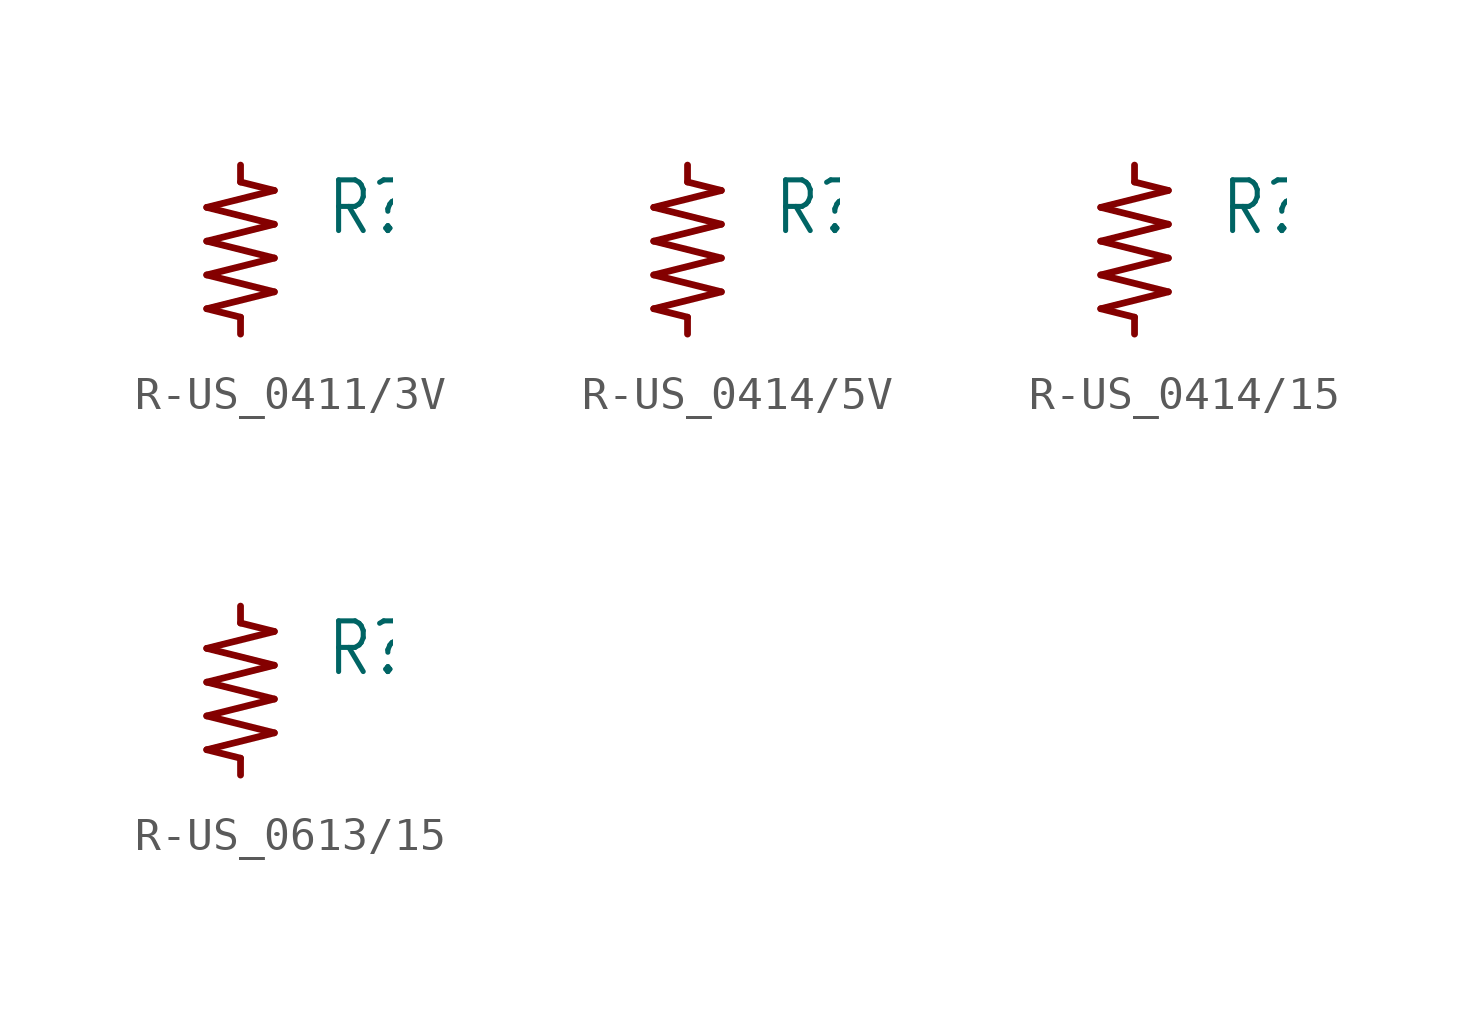
<source format=kicad_sym>
(kicad_symbol_lib
  (version 20220914)
  (generator kicad_symbol_editor)
  (symbol "R-US_0411/3V"
    (property "Reference" "R"
      (at 2.54 1.27 0)
      (effects (font (size 1.524 1.295)) (justify left)))
    (property "Value" ""
      (at 2.54 -1.27 0)
      (effects (font (size 1.524 1.295)) (justify left)))
    (property "ki_locked" ""
      (at 0 0 0)
      (effects (font (size 1.27 1.27))))
    (symbol "R-US_0411/3V_1_0"
      (polyline (pts (xy -1.016 -1.778) (xy 0 -2.032)) (stroke (width 0.203) (type solid)) (fill (type none)))
      (polyline (pts (xy -1.016 -0.762) (xy 1.016 -0.254)) (stroke (width 0.203) (type solid)) (fill (type none)))
      (polyline (pts (xy -1.016 0.254) (xy 1.016 0.762)) (stroke (width 0.203) (type solid)) (fill (type none)))
      (polyline (pts (xy -1.016 1.27) (xy 1.016 1.778)) (stroke (width 0.203) (type solid)) (fill (type none)))
      (polyline (pts (xy 0 -2.032) (xy 0 -2.54)) (stroke (width 0.203) (type solid)) (fill (type none)))
      (polyline (pts (xy 0 2.032) (xy 0 2.54)) (stroke (width 0.203) (type solid)) (fill (type none)))
      (polyline (pts (xy 1.016 -1.27) (xy -1.016 -1.778)) (stroke (width 0.203) (type solid)) (fill (type none)))
      (polyline (pts (xy 1.016 -1.27) (xy -1.016 -0.762)) (stroke (width 0.203) (type solid)) (fill (type none)))
      (polyline (pts (xy 1.016 -0.254) (xy -1.016 0.254)) (stroke (width 0.203) (type solid)) (fill (type none)))
      (polyline (pts (xy 1.016 0.762) (xy -1.016 1.27)) (stroke (width 0.203) (type solid)) (fill (type none)))
      (polyline (pts (xy 1.016 1.778) (xy 0 2.032)) (stroke (width 0.203) (type solid)) (fill (type none)))
      (pin passive line (at 0 -2.54 90) (length 0) (name "1" (effects (font (size 0 0)))) (number "1" (effects (font (size 0 0)))))
      (pin passive line (at 0 2.54 270) (length 0) (name "2" (effects (font (size 0 0)))) (number "2" (effects (font (size 0 0)))))))
  (symbol "R-US_0414/5V"
    (property "Reference" "R"
      (at 2.54 1.27 0)
      (effects (font (size 1.524 1.295)) (justify left)))
    (property "Value" ""
      (at 2.54 -1.27 0)
      (effects (font (size 1.524 1.295)) (justify left)))
    (property "ki_locked" ""
      (at 0 0 0)
      (effects (font (size 1.27 1.27))))
    (symbol "R-US_0414/5V_1_0"
      (polyline (pts (xy -1.016 -1.778) (xy 0 -2.032)) (stroke (width 0.203) (type solid)) (fill (type none)))
      (polyline (pts (xy -1.016 -0.762) (xy 1.016 -0.254)) (stroke (width 0.203) (type solid)) (fill (type none)))
      (polyline (pts (xy -1.016 0.254) (xy 1.016 0.762)) (stroke (width 0.203) (type solid)) (fill (type none)))
      (polyline (pts (xy -1.016 1.27) (xy 1.016 1.778)) (stroke (width 0.203) (type solid)) (fill (type none)))
      (polyline (pts (xy 0 -2.032) (xy 0 -2.54)) (stroke (width 0.203) (type solid)) (fill (type none)))
      (polyline (pts (xy 0 2.032) (xy 0 2.54)) (stroke (width 0.203) (type solid)) (fill (type none)))
      (polyline (pts (xy 1.016 -1.27) (xy -1.016 -1.778)) (stroke (width 0.203) (type solid)) (fill (type none)))
      (polyline (pts (xy 1.016 -1.27) (xy -1.016 -0.762)) (stroke (width 0.203) (type solid)) (fill (type none)))
      (polyline (pts (xy 1.016 -0.254) (xy -1.016 0.254)) (stroke (width 0.203) (type solid)) (fill (type none)))
      (polyline (pts (xy 1.016 0.762) (xy -1.016 1.27)) (stroke (width 0.203) (type solid)) (fill (type none)))
      (polyline (pts (xy 1.016 1.778) (xy 0 2.032)) (stroke (width 0.203) (type solid)) (fill (type none)))
      (pin passive line (at 0 -2.54 90) (length 0) (name "1" (effects (font (size 0 0)))) (number "1" (effects (font (size 0 0)))))
      (pin passive line (at 0 2.54 270) (length 0) (name "2" (effects (font (size 0 0)))) (number "2" (effects (font (size 0 0)))))))
  (symbol "R-US_0414/15"
    (property "Reference" "R"
      (at 2.54 1.27 0)
      (effects (font (size 1.524 1.295)) (justify left)))
    (property "Value" ""
      (at 2.54 -1.27 0)
      (effects (font (size 1.524 1.295)) (justify left)))
    (property "ki_locked" ""
      (at 0 0 0)
      (effects (font (size 1.27 1.27))))
    (symbol "R-US_0414/15_1_0"
      (polyline (pts (xy -1.016 -1.778) (xy 0 -2.032)) (stroke (width 0.203) (type solid)) (fill (type none)))
      (polyline (pts (xy -1.016 -0.762) (xy 1.016 -0.254)) (stroke (width 0.203) (type solid)) (fill (type none)))
      (polyline (pts (xy -1.016 0.254) (xy 1.016 0.762)) (stroke (width 0.203) (type solid)) (fill (type none)))
      (polyline (pts (xy -1.016 1.27) (xy 1.016 1.778)) (stroke (width 0.203) (type solid)) (fill (type none)))
      (polyline (pts (xy 0 -2.032) (xy 0 -2.54)) (stroke (width 0.203) (type solid)) (fill (type none)))
      (polyline (pts (xy 0 2.032) (xy 0 2.54)) (stroke (width 0.203) (type solid)) (fill (type none)))
      (polyline (pts (xy 1.016 -1.27) (xy -1.016 -1.778)) (stroke (width 0.203) (type solid)) (fill (type none)))
      (polyline (pts (xy 1.016 -1.27) (xy -1.016 -0.762)) (stroke (width 0.203) (type solid)) (fill (type none)))
      (polyline (pts (xy 1.016 -0.254) (xy -1.016 0.254)) (stroke (width 0.203) (type solid)) (fill (type none)))
      (polyline (pts (xy 1.016 0.762) (xy -1.016 1.27)) (stroke (width 0.203) (type solid)) (fill (type none)))
      (polyline (pts (xy 1.016 1.778) (xy 0 2.032)) (stroke (width 0.203) (type solid)) (fill (type none)))
      (pin passive line (at 0 -2.54 90) (length 0) (name "1" (effects (font (size 0 0)))) (number "1" (effects (font (size 0 0)))))
      (pin passive line (at 0 2.54 270) (length 0) (name "2" (effects (font (size 0 0)))) (number "2" (effects (font (size 0 0)))))))
  (symbol "R-US_0613/15"
    (property "Reference" "R"
      (at 2.54 1.27 0)
      (effects (font (size 1.524 1.295)) (justify left)))
    (property "Value" ""
      (at 2.54 -1.27 0)
      (effects (font (size 1.524 1.295)) (justify left)))
    (property "ki_locked" ""
      (at 0 0 0)
      (effects (font (size 1.27 1.27))))
    (symbol "R-US_0613/15_1_0"
      (polyline (pts (xy -1.016 -1.778) (xy 0 -2.032)) (stroke (width 0.203) (type solid)) (fill (type none)))
      (polyline (pts (xy -1.016 -0.762) (xy 1.016 -0.254)) (stroke (width 0.203) (type solid)) (fill (type none)))
      (polyline (pts (xy -1.016 0.254) (xy 1.016 0.762)) (stroke (width 0.203) (type solid)) (fill (type none)))
      (polyline (pts (xy -1.016 1.27) (xy 1.016 1.778)) (stroke (width 0.203) (type solid)) (fill (type none)))
      (polyline (pts (xy 0 -2.032) (xy 0 -2.54)) (stroke (width 0.203) (type solid)) (fill (type none)))
      (polyline (pts (xy 0 2.032) (xy 0 2.54)) (stroke (width 0.203) (type solid)) (fill (type none)))
      (polyline (pts (xy 1.016 -1.27) (xy -1.016 -1.778)) (stroke (width 0.203) (type solid)) (fill (type none)))
      (polyline (pts (xy 1.016 -1.27) (xy -1.016 -0.762)) (stroke (width 0.203) (type solid)) (fill (type none)))
      (polyline (pts (xy 1.016 -0.254) (xy -1.016 0.254)) (stroke (width 0.203) (type solid)) (fill (type none)))
      (polyline (pts (xy 1.016 0.762) (xy -1.016 1.27)) (stroke (width 0.203) (type solid)) (fill (type none)))
      (polyline (pts (xy 1.016 1.778) (xy 0 2.032)) (stroke (width 0.203) (type solid)) (fill (type none)))
      (pin passive line (at 0 -2.54 90) (length 0) (name "1" (effects (font (size 0 0)))) (number "1" (effects (font (size 0 0)))))
      (pin passive line (at 0 2.54 270) (length 0) (name "2" (effects (font (size 0 0)))) (number "2" (effects (font (size 0 0))))))))
</source>
